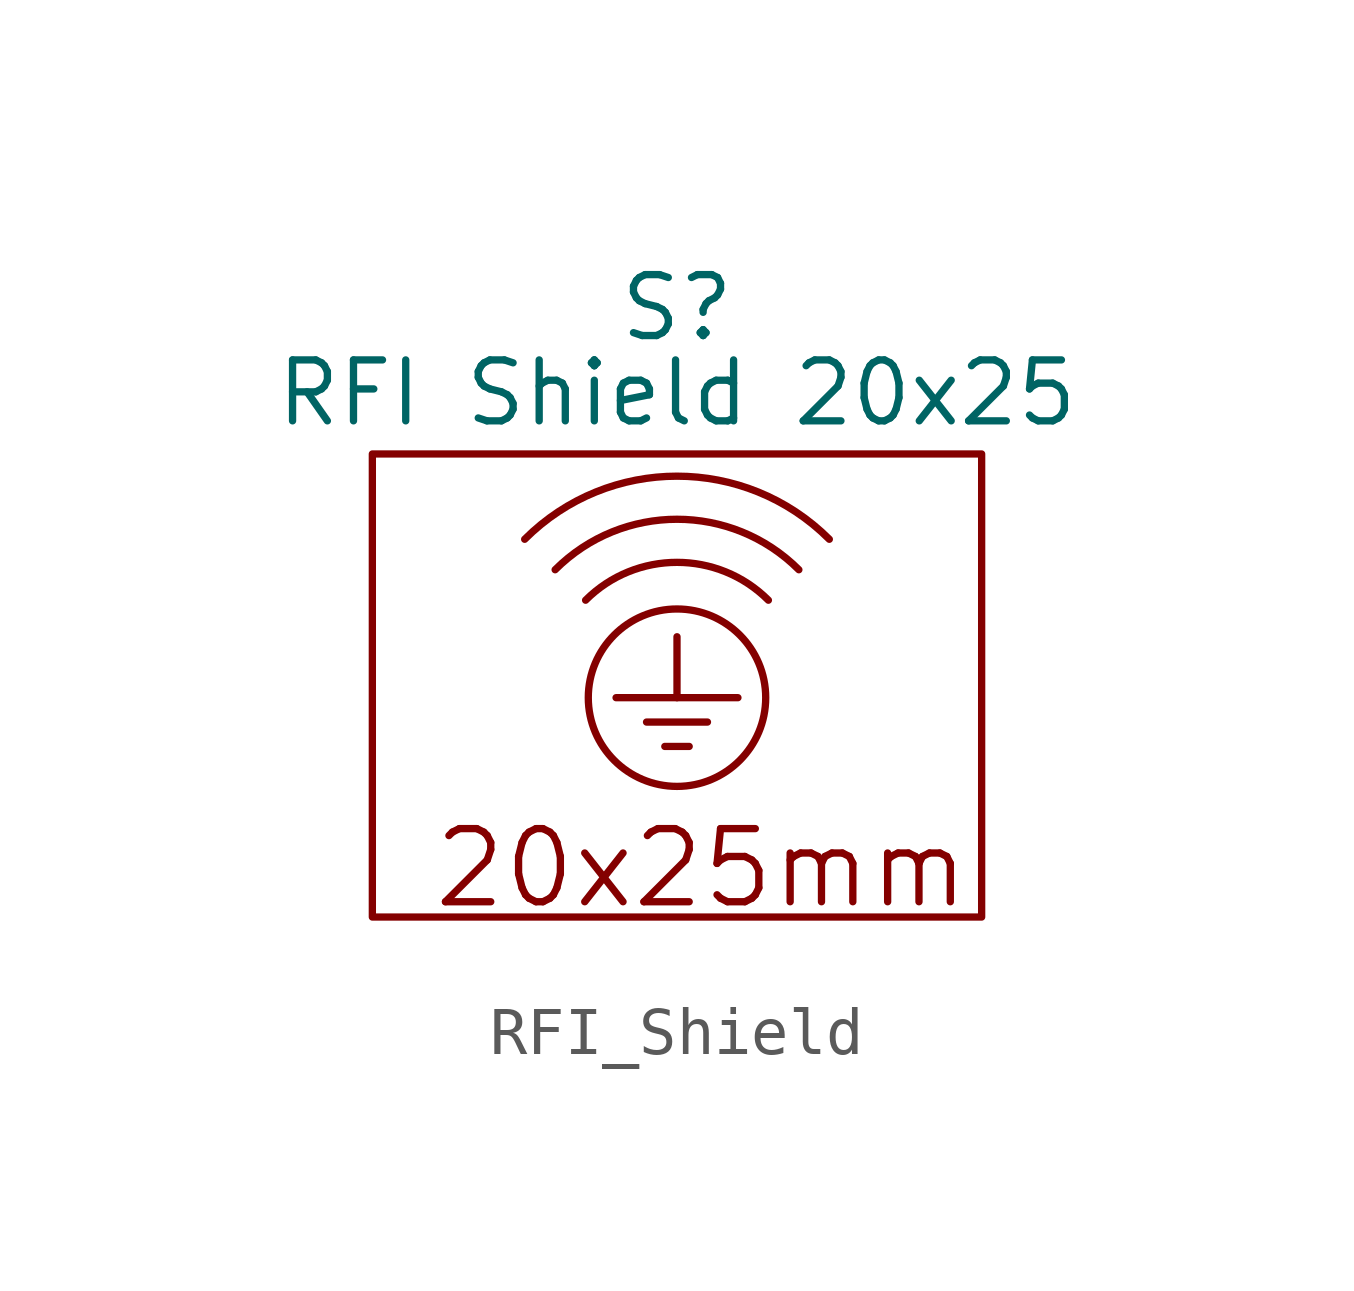
<source format=kicad_sym>
(kicad_symbol_lib
  (version 20241209)
  (generator "kicad_symbol_editor")
  (generator_version "9.0")
  (symbol "RFI_Shield"
    (property "Reference" "S"
      (at 0 4.064 0)
      (effects (font (size 1.27 1.27))))
    (property "Value" "RFI Shield 20x25"
      (at 0 2.286 0)
      (effects (font (size 1.27 1.27))))
    (symbol "RFI_Shield_0_1"
      (rectangle (start -6.35 1.016) (end 6.35 -8.636) (stroke (width 0) (type default)) (fill (type none)))
      (polyline (pts (xy -0.635 -4.572) (xy 0.635 -4.572)) (stroke (width 0) (type default)) (fill (type none)))
      (polyline (pts (xy -0.254 -5.08) (xy 0.254 -5.08)) (stroke (width 0) (type default)) (fill (type none)))
      (arc (start -3.175 -0.762) (mid 0 0.5531) (end 3.175 -0.762) (stroke (width 0) (type default)) (fill (type none)))
      (arc (start -2.54 -1.397) (mid 0 -0.3449) (end 2.54 -1.397) (stroke (width 0) (type default)) (fill (type none)))
      (arc (start -1.905 -2.032) (mid 0 -1.2431) (end 1.905 -2.032) (stroke (width 0) (type default)) (fill (type none)))
      (polyline (pts (xy 0 -4.064) (xy 0 -2.794)) (stroke (width 0) (type default)) (fill (type none)))
      (circle (center 0 -4.064) (radius 1.849) (stroke (width 0) (type default)) (fill (type none)))
      (polyline (pts (xy 1.27 -4.064) (xy -1.27 -4.064)) (stroke (width 0) (type default)) (fill (type none))))
    (symbol "RFI_Shield_1_1"
      (text "20x25mm" (at 0.508 -7.62 0) (effects (font (size 1.524 1.524)))))))
</source>
